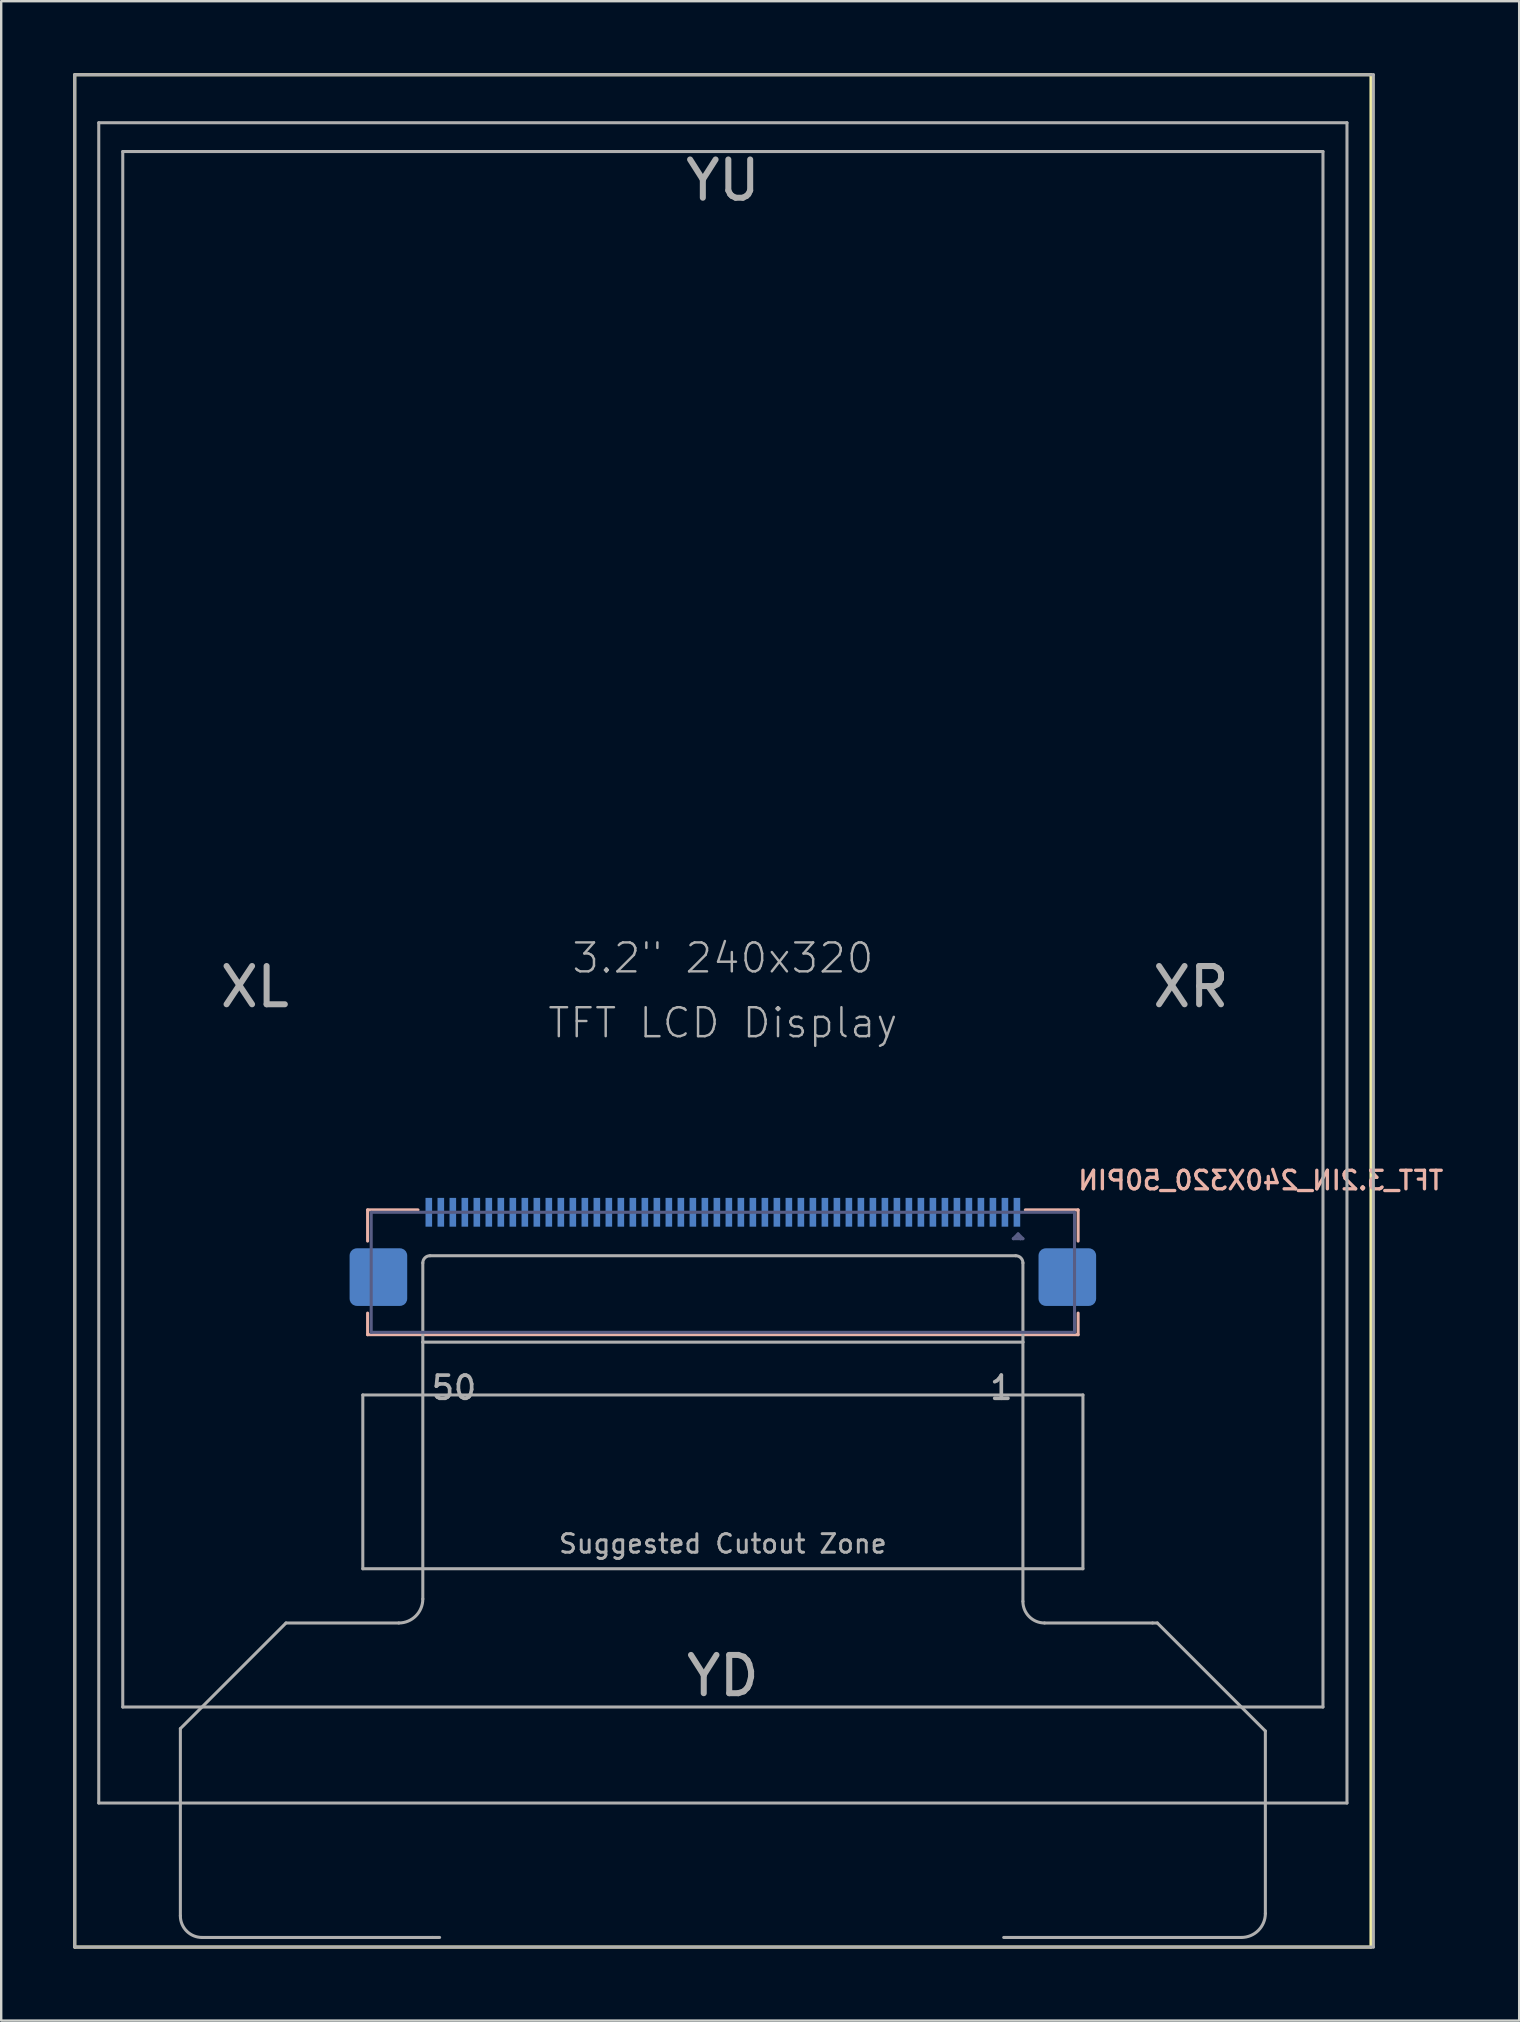
<source format=kicad_pcb>
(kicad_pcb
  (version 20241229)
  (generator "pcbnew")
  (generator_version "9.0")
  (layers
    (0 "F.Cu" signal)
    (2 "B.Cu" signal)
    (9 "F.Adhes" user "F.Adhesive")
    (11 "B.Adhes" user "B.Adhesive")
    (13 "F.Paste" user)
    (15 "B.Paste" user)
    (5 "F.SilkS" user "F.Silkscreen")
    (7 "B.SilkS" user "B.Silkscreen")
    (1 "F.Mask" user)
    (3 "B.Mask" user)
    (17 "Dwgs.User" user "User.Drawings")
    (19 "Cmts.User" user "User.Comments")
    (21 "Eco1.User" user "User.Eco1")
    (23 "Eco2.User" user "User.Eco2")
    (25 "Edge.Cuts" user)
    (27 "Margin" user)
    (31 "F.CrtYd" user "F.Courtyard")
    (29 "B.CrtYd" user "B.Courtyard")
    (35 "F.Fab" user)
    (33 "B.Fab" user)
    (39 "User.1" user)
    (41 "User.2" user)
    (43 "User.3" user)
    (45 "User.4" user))
  (footprint "TFT_3.2IN_240X320_50PIN"
    (layer "F.Cu")
    (at 27.064 38.063)
    (property "Reference" "TFT_3.2IN_240X320_50PIN" (at 14.726 8.513 180) (layer "B.SilkS") (effects (font (size 0.772 0.772) (thickness 0.139)) (justify right bottom mirror)))
    (attr through_hole)
    (fp_poly (pts (xy -12.4 10.05) (xy -12.1 10.05) (xy -12.1 8.75) (xy -12.4 8.75)) (stroke (width 0) (type solid)) (fill yes) (layer "B.Mask"))
    (fp_poly (pts (xy -11.9 10.05) (xy -11.6 10.05) (xy -11.6 8.75) (xy -11.9 8.75)) (stroke (width 0) (type solid)) (fill yes) (layer "B.Mask"))
    (fp_poly (pts (xy -11.4 10.05) (xy -11.1 10.05) (xy -11.1 8.75) (xy -11.4 8.75)) (stroke (width 0) (type solid)) (fill yes) (layer "B.Mask"))
    (fp_poly (pts (xy -10.9 10.05) (xy -10.6 10.05) (xy -10.6 8.75) (xy -10.9 8.75)) (stroke (width 0) (type solid)) (fill yes) (layer "B.Mask"))
    (fp_poly (pts (xy -10.4 10.05) (xy -10.1 10.05) (xy -10.1 8.75) (xy -10.4 8.75)) (stroke (width 0) (type solid)) (fill yes) (layer "B.Mask"))
    (fp_poly (pts (xy -9.9 10.05) (xy -9.6 10.05) (xy -9.6 8.75) (xy -9.9 8.75)) (stroke (width 0) (type solid)) (fill yes) (layer "B.Mask"))
    (fp_poly (pts (xy -9.4 10.05) (xy -9.1 10.05) (xy -9.1 8.75) (xy -9.4 8.75)) (stroke (width 0) (type solid)) (fill yes) (layer "B.Mask"))
    (fp_poly (pts (xy -8.9 10.05) (xy -8.6 10.05) (xy -8.6 8.75) (xy -8.9 8.75)) (stroke (width 0) (type solid)) (fill yes) (layer "B.Mask"))
    (fp_poly (pts (xy -8.4 10.05) (xy -8.1 10.05) (xy -8.1 8.75) (xy -8.4 8.75)) (stroke (width 0) (type solid)) (fill yes) (layer "B.Mask"))
    (fp_poly (pts (xy -7.9 10.05) (xy -7.6 10.05) (xy -7.6 8.75) (xy -7.9 8.75)) (stroke (width 0) (type solid)) (fill yes) (layer "B.Mask"))
    (fp_poly (pts (xy -7.4 10.05) (xy -7.1 10.05) (xy -7.1 8.75) (xy -7.4 8.75)) (stroke (width 0) (type solid)) (fill yes) (layer "B.Mask"))
    (fp_poly (pts (xy -6.9 10.05) (xy -6.6 10.05) (xy -6.6 8.75) (xy -6.9 8.75)) (stroke (width 0) (type solid)) (fill yes) (layer "B.Mask"))
    (fp_poly (pts (xy -6.4 10.05) (xy -6.1 10.05) (xy -6.1 8.75) (xy -6.4 8.75)) (stroke (width 0) (type solid)) (fill yes) (layer "B.Mask"))
    (fp_poly (pts (xy -5.9 10.05) (xy -5.6 10.05) (xy -5.6 8.75) (xy -5.9 8.75)) (stroke (width 0) (type solid)) (fill yes) (layer "B.Mask"))
    (fp_poly (pts (xy -5.4 10.05) (xy -5.1 10.05) (xy -5.1 8.75) (xy -5.4 8.75)) (stroke (width 0) (type solid)) (fill yes) (layer "B.Mask"))
    (fp_poly (pts (xy -4.9 10.05) (xy -4.6 10.05) (xy -4.6 8.75) (xy -4.9 8.75)) (stroke (width 0) (type solid)) (fill yes) (layer "B.Mask"))
    (fp_poly (pts (xy -4.4 10.05) (xy -4.1 10.05) (xy -4.1 8.75) (xy -4.4 8.75)) (stroke (width 0) (type solid)) (fill yes) (layer "B.Mask"))
    (fp_poly (pts (xy -3.9 10.05) (xy -3.6 10.05) (xy -3.6 8.75) (xy -3.9 8.75)) (stroke (width 0) (type solid)) (fill yes) (layer "B.Mask"))
    (fp_poly (pts (xy -3.4 10.05) (xy -3.1 10.05) (xy -3.1 8.75) (xy -3.4 8.75)) (stroke (width 0) (type solid)) (fill yes) (layer "B.Mask"))
    (fp_poly (pts (xy -2.9 10.05) (xy -2.6 10.05) (xy -2.6 8.75) (xy -2.9 8.75)) (stroke (width 0) (type solid)) (fill yes) (layer "B.Mask"))
    (fp_poly (pts (xy -2.4 10.05) (xy -2.1 10.05) (xy -2.1 8.75) (xy -2.4 8.75)) (stroke (width 0) (type solid)) (fill yes) (layer "B.Mask"))
    (fp_poly (pts (xy -1.9 10.05) (xy -1.6 10.05) (xy -1.6 8.75) (xy -1.9 8.75)) (stroke (width 0) (type solid)) (fill yes) (layer "B.Mask"))
    (fp_poly (pts (xy -1.4 10.05) (xy -1.1 10.05) (xy -1.1 8.75) (xy -1.4 8.75)) (stroke (width 0) (type solid)) (fill yes) (layer "B.Mask"))
    (fp_poly (pts (xy -0.9 10.05) (xy -0.6 10.05) (xy -0.6 8.75) (xy -0.9 8.75)) (stroke (width 0) (type solid)) (fill yes) (layer "B.Mask"))
    (fp_poly (pts (xy -0.4 10.05) (xy -0.1 10.05) (xy -0.1 8.75) (xy -0.4 8.75)) (stroke (width 0) (type solid)) (fill yes) (layer "B.Mask"))
    (fp_poly (pts (xy 0.1 10.05) (xy 0.4 10.05) (xy 0.4 8.75) (xy 0.1 8.75)) (stroke (width 0) (type solid)) (fill yes) (layer "B.Mask"))
    (fp_poly (pts (xy 0.6 10.05) (xy 0.9 10.05) (xy 0.9 8.75) (xy 0.6 8.75)) (stroke (width 0) (type solid)) (fill yes) (layer "B.Mask"))
    (fp_poly (pts (xy 1.1 10.05) (xy 1.4 10.05) (xy 1.4 8.75) (xy 1.1 8.75)) (stroke (width 0) (type solid)) (fill yes) (layer "B.Mask"))
    (fp_poly (pts (xy 1.6 10.05) (xy 1.9 10.05) (xy 1.9 8.75) (xy 1.6 8.75)) (stroke (width 0) (type solid)) (fill yes) (layer "B.Mask"))
    (fp_poly (pts (xy 2.1 10.05) (xy 2.4 10.05) (xy 2.4 8.75) (xy 2.1 8.75)) (stroke (width 0) (type solid)) (fill yes) (layer "B.Mask"))
    (fp_poly (pts (xy 2.6 10.05) (xy 2.9 10.05) (xy 2.9 8.75) (xy 2.6 8.75)) (stroke (width 0) (type solid)) (fill yes) (layer "B.Mask"))
    (fp_poly (pts (xy 3.1 10.05) (xy 3.4 10.05) (xy 3.4 8.75) (xy 3.1 8.75)) (stroke (width 0) (type solid)) (fill yes) (layer "B.Mask"))
    (fp_poly (pts (xy 3.6 10.05) (xy 3.9 10.05) (xy 3.9 8.75) (xy 3.6 8.75)) (stroke (width 0) (type solid)) (fill yes) (layer "B.Mask"))
    (fp_poly (pts (xy 4.1 10.05) (xy 4.4 10.05) (xy 4.4 8.75) (xy 4.1 8.75)) (stroke (width 0) (type solid)) (fill yes) (layer "B.Mask"))
    (fp_poly (pts (xy 4.6 10.05) (xy 4.9 10.05) (xy 4.9 8.75) (xy 4.6 8.75)) (stroke (width 0) (type solid)) (fill yes) (layer "B.Mask"))
    (fp_poly (pts (xy 5.1 10.05) (xy 5.4 10.05) (xy 5.4 8.75) (xy 5.1 8.75)) (stroke (width 0) (type solid)) (fill yes) (layer "B.Mask"))
    (fp_poly (pts (xy 5.6 10.05) (xy 5.9 10.05) (xy 5.9 8.75) (xy 5.6 8.75)) (stroke (width 0) (type solid)) (fill yes) (layer "B.Mask"))
    (fp_poly (pts (xy 6.1 10.05) (xy 6.4 10.05) (xy 6.4 8.75) (xy 6.1 8.75)) (stroke (width 0) (type solid)) (fill yes) (layer "B.Mask"))
    (fp_poly (pts (xy 6.6 10.05) (xy 6.9 10.05) (xy 6.9 8.75) (xy 6.6 8.75)) (stroke (width 0) (type solid)) (fill yes) (layer "B.Mask"))
    (fp_poly (pts (xy 7.1 10.05) (xy 7.4 10.05) (xy 7.4 8.75) (xy 7.1 8.75)) (stroke (width 0) (type solid)) (fill yes) (layer "B.Mask"))
    (fp_poly (pts (xy 7.6 10.05) (xy 7.9 10.05) (xy 7.9 8.75) (xy 7.6 8.75)) (stroke (width 0) (type solid)) (fill yes) (layer "B.Mask"))
    (fp_poly (pts (xy 8.1 10.05) (xy 8.4 10.05) (xy 8.4 8.75) (xy 8.1 8.75)) (stroke (width 0) (type solid)) (fill yes) (layer "B.Mask"))
    (fp_poly (pts (xy 8.6 10.05) (xy 8.9 10.05) (xy 8.9 8.75) (xy 8.6 8.75)) (stroke (width 0) (type solid)) (fill yes) (layer "B.Mask"))
    (fp_poly (pts (xy 9.1 10.05) (xy 9.4 10.05) (xy 9.4 8.75) (xy 9.1 8.75)) (stroke (width 0) (type solid)) (fill yes) (layer "B.Mask"))
    (fp_poly (pts (xy 9.6 10.05) (xy 9.9 10.05) (xy 9.9 8.75) (xy 9.6 8.75)) (stroke (width 0) (type solid)) (fill yes) (layer "B.Mask"))
    (fp_poly (pts (xy 10.1 10.05) (xy 10.4 10.05) (xy 10.4 8.75) (xy 10.1 8.75)) (stroke (width 0) (type solid)) (fill yes) (layer "B.Mask"))
    (fp_poly (pts (xy 10.6 10.05) (xy 10.9 10.05) (xy 10.9 8.75) (xy 10.6 8.75)) (stroke (width 0) (type solid)) (fill yes) (layer "B.Mask"))
    (fp_poly (pts (xy 11.1 10.05) (xy 11.4 10.05) (xy 11.4 8.75) (xy 11.1 8.75)) (stroke (width 0) (type solid)) (fill yes) (layer "B.Mask"))
    (fp_poly (pts (xy 11.6 10.05) (xy 11.9 10.05) (xy 11.9 8.75) (xy 11.6 8.75)) (stroke (width 0) (type solid)) (fill yes) (layer "B.Mask"))
    (fp_poly (pts (xy 12.1 10.05) (xy 12.4 10.05) (xy 12.4 8.75) (xy 12.1 8.75)) (stroke (width 0) (type solid)) (fill yes) (layer "B.Mask"))
    (fp_line (start -27 -38) (end 27 -38) (stroke (width 0.127) (type solid)) (layer "F.SilkS"))
    (fp_line (start -27 40) (end -27 -38) (stroke (width 0.127) (type solid)) (layer "F.SilkS"))
    (fp_line (start 27 -38) (end 27 40) (stroke (width 0.127) (type solid)) (layer "F.SilkS"))
    (fp_line (start 27 40) (end -27 40) (stroke (width 0.127) (type solid)) (layer "F.SilkS"))
    (fp_line (start -14.8 9.29) (end -14.8 10.59) (stroke (width 0.127) (type solid)) (layer "B.SilkS"))
    (fp_line (start -14.8 14.49) (end -14.8 13.59) (stroke (width 0.127) (type solid)) (layer "B.SilkS"))
    (fp_line (start -12.7 9.29) (end -14.8 9.29) (stroke (width 0.127) (type solid)) (layer "B.SilkS"))
    (fp_line (start 12.6 9.29) (end 14.8 9.29) (stroke (width 0.127) (type solid)) (layer "B.SilkS"))
    (fp_line (start 14.8 9.29) (end 14.8 10.59) (stroke (width 0.127) (type solid)) (layer "B.SilkS"))
    (fp_line (start 14.8 13.59) (end 14.8 14.49) (stroke (width 0.127) (type solid)) (layer "B.SilkS"))
    (fp_line (start 14.8 14.49) (end -14.8 14.49) (stroke (width 0.127) (type solid)) (layer "B.SilkS"))
    (fp_line (start -14.65 9.39) (end -14.65 14.39) (stroke (width 0.127) (type solid)) (layer "B.Fab"))
    (fp_line (start 12.1 10.49) (end 12.4 10.49) (stroke (width 0.127) (type solid)) (layer "B.Fab"))
    (fp_line (start 12.3 10.29) (end 12.1 10.49) (stroke (width 0.127) (type solid)) (layer "B.Fab"))
    (fp_line (start 12.4 10.49) (end 12.3 10.39) (stroke (width 0.127) (type solid)) (layer "B.Fab"))
    (fp_line (start 12.5 10.49) (end 12.3 10.29) (stroke (width 0.127) (type solid)) (layer "B.Fab"))
    (fp_line (start 12.5 10.49) (end 12.4 10.49) (stroke (width 0.127) (type solid)) (layer "B.Fab"))
    (fp_line (start 14.65 9.39) (end -14.65 9.39) (stroke (width 0.127) (type solid)) (layer "B.Fab"))
    (fp_line (start 14.65 14.39) (end -14.65 14.39) (stroke (width 0.127) (type solid)) (layer "B.Fab"))
    (fp_line (start 14.65 14.39) (end 14.65 9.39) (stroke (width 0.127) (type solid)) (layer "B.Fab"))
    (fp_line (start -27 -38) (end 27.1 -38) (stroke (width 0.127) (type solid)) (layer "F.Fab"))
    (fp_line (start -27 40) (end -27 -38) (stroke (width 0.127) (type solid)) (layer "F.Fab"))
    (fp_line (start -26 -36) (end 26 -36) (stroke (width 0.127) (type solid)) (layer "F.Fab"))
    (fp_line (start -26 34) (end -26 -36) (stroke (width 0.127) (type solid)) (layer "F.Fab"))
    (fp_line (start -25 -34.8) (end 25 -34.8) (stroke (width 0.127) (type solid)) (layer "F.Fab"))
    (fp_line (start -25 30) (end -25 -34.8) (stroke (width 0.127) (type solid)) (layer "F.Fab"))
    (fp_line (start -22.6 30.9) (end -18.2 26.5) (stroke (width 0.127) (type solid)) (layer "F.Fab"))
    (fp_line (start -22.6 38.7) (end -22.6 30.9) (stroke (width 0.127) (type solid)) (layer "F.Fab"))
    (fp_line (start -18.2 26.5) (end -13.5 26.5) (stroke (width 0.127) (type solid)) (layer "F.Fab"))
    (fp_line (start -15 17) (end 15 17) (stroke (width 0.127) (type solid)) (layer "F.Fab"))
    (fp_line (start -15 24.24) (end -15 17) (stroke (width 0.127) (type solid)) (layer "F.Fab"))
    (fp_line (start -12.5 14.8) (end -12.5 11.5) (stroke (width 0.127) (type solid)) (layer "F.Fab"))
    (fp_line (start -12.5 14.8) (end 12.5 14.8) (stroke (width 0.127) (type solid)) (layer "F.Fab"))
    (fp_line (start -12.5 25.5) (end -12.5 14.8) (stroke (width 0.127) (type solid)) (layer "F.Fab"))
    (fp_line (start -12.2 11.2) (end 12.2 11.2) (stroke (width 0.127) (type solid)) (layer "F.Fab"))
    (fp_line (start -12.1 39.6) (end -21.7 39.6) (stroke (width 0.127) (type solid)) (layer "F.Fab"))
    (fp_line (start -11.8 39.6) (end -12.1 39.6) (stroke (width 0.127) (type solid)) (layer "F.Fab"))
    (fp_line (start 12.5 11.5) (end 12.5 14.8) (stroke (width 0.127) (type solid)) (layer "F.Fab"))
    (fp_line (start 12.5 14.8) (end 12.5 25.6) (stroke (width 0.127) (type solid)) (layer "F.Fab"))
    (fp_line (start 13.4 26.5) (end 17.9 26.5) (stroke (width 0.127) (type solid)) (layer "F.Fab"))
    (fp_line (start 15 17) (end 15 24.24) (stroke (width 0.127) (type solid)) (layer "F.Fab"))
    (fp_line (start 15 24.24) (end -15 24.24) (stroke (width 0.127) (type solid)) (layer "F.Fab"))
    (fp_line (start 17.9 26.5) (end 18.1 26.5) (stroke (width 0.127) (type solid)) (layer "F.Fab"))
    (fp_line (start 18.1 26.5) (end 22.6 31) (stroke (width 0.127) (type solid)) (layer "F.Fab"))
    (fp_line (start 21.6 39.6) (end 11.7 39.6) (stroke (width 0.127) (type solid)) (layer "F.Fab"))
    (fp_line (start 22.6 31) (end 22.6 38.6) (stroke (width 0.127) (type solid)) (layer "F.Fab"))
    (fp_line (start 25 -34.8) (end 25 30) (stroke (width 0.127) (type solid)) (layer "F.Fab"))
    (fp_line (start 25 30) (end -25 30) (stroke (width 0.127) (type solid)) (layer "F.Fab"))
    (fp_line (start 26 -36) (end 26 34) (stroke (width 0.127) (type solid)) (layer "F.Fab"))
    (fp_line (start 26 34) (end -26 34) (stroke (width 0.127) (type solid)) (layer "F.Fab"))
    (fp_line (start 27.1 -38) (end 27.1 40) (stroke (width 0.127) (type solid)) (layer "F.Fab"))
    (fp_line (start 27.1 40) (end -27 40) (stroke (width 0.127) (type solid)) (layer "F.Fab"))
    (fp_arc (start -21.7 39.6) (mid -22.336396 39.336396) (end -22.6 38.7) (stroke (width 0.127) (type solid)) (layer "F.Fab"))
    (fp_arc (start -12.5 11.5) (mid -12.412132 11.287868) (end -12.2 11.2) (stroke (width 0.127) (type solid)) (layer "F.Fab"))
    (fp_arc (start -12.5 25.5) (mid -12.792893 26.207107) (end -13.5 26.5) (stroke (width 0.127) (type solid)) (layer "F.Fab"))
    (fp_arc (start 12.2 11.2) (mid 12.412132 11.287868) (end 12.5 11.5) (stroke (width 0.127) (type solid)) (layer "F.Fab"))
    (fp_arc (start 13.4 26.5) (mid 12.763604 26.236396) (end 12.5 25.6) (stroke (width 0.127) (type solid)) (layer "F.Fab"))
    (fp_arc (start 22.6 38.6) (mid 22.307107 39.307107) (end 21.6 39.6) (stroke (width 0.127) (type solid)) (layer "F.Fab"))
    (fp_text user "YD" (at 0 28.7 0) (layer "F.Fab") (effects (font (size 1.593 1.593) (thickness 0.251))))
    (fp_text user "XR" (at 19.5 0 0) (layer "F.Fab") (effects (font (size 1.593 1.593) (thickness 0.251))))
    (fp_text user "Suggested Cutout Zone" (at 0 23.2 0) (layer "F.Fab") (effects (font (size 0.772 0.772) (thickness 0.122))))
    (fp_text user "XL" (at -19.5 0 0) (layer "F.Fab") (effects (font (size 1.593 1.593) (thickness 0.251))))
    (fp_text user "50" (at -11.2 16.7 0) (layer "F.Fab") (effects (font (size 0.965 0.965) (thickness 0.152))))
    (fp_text user "3.2\" 240x320" (at 0 -1.2 0) (layer "F.Fab") (effects (font (size 1.206 1.206) (thickness 0.102))))
    (fp_text user "TFT LCD Display" (at 0 1.5 0) (layer "F.Fab") (effects (font (size 1.206 1.206) (thickness 0.102))))
    (fp_text user "1" (at 11.6 16.7 0) (layer "F.Fab") (effects (font (size 0.965 0.965) (thickness 0.152))))
    (fp_text user "YU" (at 0 -33.6 0) (layer "F.Fab") (effects (font (size 1.593 1.593) (thickness 0.251))))
    (pad "1" smd rect (at 12.25 9.39 180) (size 0.275 1.2) (layers "B.Cu" "B.Mask" "B.Paste"))
    (pad "2" smd rect (at 11.75 9.39 180) (size 0.275 1.2) (layers "B.Cu" "B.Mask" "B.Paste"))
    (pad "3" smd rect (at 11.25 9.39 180) (size 0.275 1.2) (layers "B.Cu" "B.Mask" "B.Paste"))
    (pad "4" smd rect (at 10.75 9.39 180) (size 0.275 1.2) (layers "B.Cu" "B.Mask" "B.Paste"))
    (pad "5" smd rect (at 10.25 9.39 180) (size 0.275 1.2) (layers "B.Cu" "B.Mask" "B.Paste"))
    (pad "6" smd rect (at 9.75 9.39 180) (size 0.275 1.2) (layers "B.Cu" "B.Mask" "B.Paste"))
    (pad "7" smd rect (at 9.25 9.39 180) (size 0.275 1.2) (layers "B.Cu" "B.Mask" "B.Paste"))
    (pad "8" smd rect (at 8.75 9.39 180) (size 0.275 1.2) (layers "B.Cu" "B.Mask" "B.Paste"))
    (pad "9" smd rect (at 8.25 9.39 180) (size 0.275 1.2) (layers "B.Cu" "B.Mask" "B.Paste"))
    (pad "10" smd rect (at 7.75 9.39 180) (size 0.275 1.2) (layers "B.Cu" "B.Mask" "B.Paste"))
    (pad "11" smd rect (at 7.25 9.39 180) (size 0.275 1.2) (layers "B.Cu" "B.Mask" "B.Paste"))
    (pad "12" smd rect (at 6.75 9.39 180) (size 0.275 1.2) (layers "B.Cu" "B.Mask" "B.Paste"))
    (pad "13" smd rect (at 6.25 9.39 180) (size 0.275 1.2) (layers "B.Cu" "B.Mask" "B.Paste"))
    (pad "14" smd rect (at 5.75 9.39 180) (size 0.275 1.2) (layers "B.Cu" "B.Mask" "B.Paste"))
    (pad "15" smd rect (at 5.25 9.39 180) (size 0.275 1.2) (layers "B.Cu" "B.Mask" "B.Paste"))
    (pad "16" smd rect (at 4.75 9.39 180) (size 0.275 1.2) (layers "B.Cu" "B.Mask" "B.Paste"))
    (pad "17" smd rect (at 4.25 9.39 180) (size 0.275 1.2) (layers "B.Cu" "B.Mask" "B.Paste"))
    (pad "18" smd rect (at 3.75 9.39 180) (size 0.275 1.2) (layers "B.Cu" "B.Mask" "B.Paste"))
    (pad "19" smd rect (at 3.25 9.39 180) (size 0.275 1.2) (layers "B.Cu" "B.Mask" "B.Paste"))
    (pad "20" smd rect (at 2.75 9.39 180) (size 0.275 1.2) (layers "B.Cu" "B.Mask" "B.Paste"))
    (pad "21" smd rect (at 2.25 9.39 180) (size 0.275 1.2) (layers "B.Cu" "B.Mask" "B.Paste"))
    (pad "22" smd rect (at 1.75 9.39 180) (size 0.275 1.2) (layers "B.Cu" "B.Mask" "B.Paste"))
    (pad "23" smd rect (at 1.25 9.39 180) (size 0.275 1.2) (layers "B.Cu" "B.Mask" "B.Paste"))
    (pad "24" smd rect (at 0.75 9.39 180) (size 0.275 1.2) (layers "B.Cu" "B.Mask" "B.Paste"))
    (pad "25" smd rect (at 0.25 9.39 180) (size 0.275 1.2) (layers "B.Cu" "B.Mask" "B.Paste"))
    (pad "26" smd rect (at -0.25 9.39 180) (size 0.275 1.2) (layers "B.Cu" "B.Mask" "B.Paste"))
    (pad "27" smd rect (at -0.75 9.39 180) (size 0.275 1.2) (layers "B.Cu" "B.Mask" "B.Paste"))
    (pad "28" smd rect (at -1.25 9.39 180) (size 0.275 1.2) (layers "B.Cu" "B.Mask" "B.Paste"))
    (pad "29" smd rect (at -1.75 9.39 180) (size 0.275 1.2) (layers "B.Cu" "B.Mask" "B.Paste"))
    (pad "30" smd rect (at -2.25 9.39 180) (size 0.275 1.2) (layers "B.Cu" "B.Mask" "B.Paste"))
    (pad "31" smd rect (at -2.75 9.39 180) (size 0.275 1.2) (layers "B.Cu" "B.Mask" "B.Paste"))
    (pad "32" smd rect (at -3.25 9.39 180) (size 0.275 1.2) (layers "B.Cu" "B.Mask" "B.Paste"))
    (pad "33" smd rect (at -3.75 9.39 180) (size 0.275 1.2) (layers "B.Cu" "B.Mask" "B.Paste"))
    (pad "34" smd rect (at -4.25 9.39 180) (size 0.275 1.2) (layers "B.Cu" "B.Mask" "B.Paste"))
    (pad "35" smd rect (at -4.75 9.39 180) (size 0.275 1.2) (layers "B.Cu" "B.Mask" "B.Paste"))
    (pad "36" smd rect (at -5.25 9.39 180) (size 0.275 1.2) (layers "B.Cu" "B.Mask" "B.Paste"))
    (pad "37" smd rect (at -5.75 9.39 180) (size 0.275 1.2) (layers "B.Cu" "B.Mask" "B.Paste"))
    (pad "38" smd rect (at -6.25 9.39 180) (size 0.275 1.2) (layers "B.Cu" "B.Mask" "B.Paste"))
    (pad "39" smd rect (at -6.75 9.39 180) (size 0.275 1.2) (layers "B.Cu" "B.Mask" "B.Paste"))
    (pad "40" smd rect (at -7.25 9.39 180) (size 0.275 1.2) (layers "B.Cu" "B.Mask" "B.Paste"))
    (pad "41" smd rect (at -7.75 9.39 180) (size 0.275 1.2) (layers "B.Cu" "B.Mask" "B.Paste"))
    (pad "42" smd rect (at -8.25 9.39 180) (size 0.275 1.2) (layers "B.Cu" "B.Mask" "B.Paste"))
    (pad "43" smd rect (at -8.75 9.39 180) (size 0.275 1.2) (layers "B.Cu" "B.Mask" "B.Paste"))
    (pad "44" smd rect (at -9.25 9.39 180) (size 0.275 1.2) (layers "B.Cu" "B.Mask" "B.Paste"))
    (pad "45" smd rect (at -9.75 9.39 180) (size 0.275 1.2) (layers "B.Cu" "B.Mask" "B.Paste"))
    (pad "46" smd rect (at -10.25 9.39 180) (size 0.275 1.2) (layers "B.Cu" "B.Mask" "B.Paste"))
    (pad "47" smd rect (at -10.75 9.39 180) (size 0.275 1.2) (layers "B.Cu" "B.Mask" "B.Paste"))
    (pad "48" smd rect (at -11.25 9.39 180) (size 0.275 1.2) (layers "B.Cu" "B.Mask" "B.Paste"))
    (pad "49" smd rect (at -11.75 9.39 180) (size 0.275 1.2) (layers "B.Cu" "B.Mask" "B.Paste"))
    (pad "50" smd rect (at -12.25 9.39 180) (size 0.275 1.2) (layers "B.Cu" "B.Mask" "B.Paste"))
    (pad "PAD1" smd roundrect (at 14.35 12.09 180) (size 2.4 2.4) (layers "B.Cu" "B.Mask" "B.Paste") (roundrect_rratio 0.125))
    (pad "PAD2" smd roundrect (at -14.35 12.09 180) (size 2.4 2.4) (layers "B.Cu" "B.Mask" "B.Paste") (roundrect_rratio 0.125)))
  (gr_rect
    (start -3 -3)
    (end 60.238 81.127)
    (stroke (width 0.1) (type default))
    (fill no)
    (layer "Edge.Cuts")))
</source>
